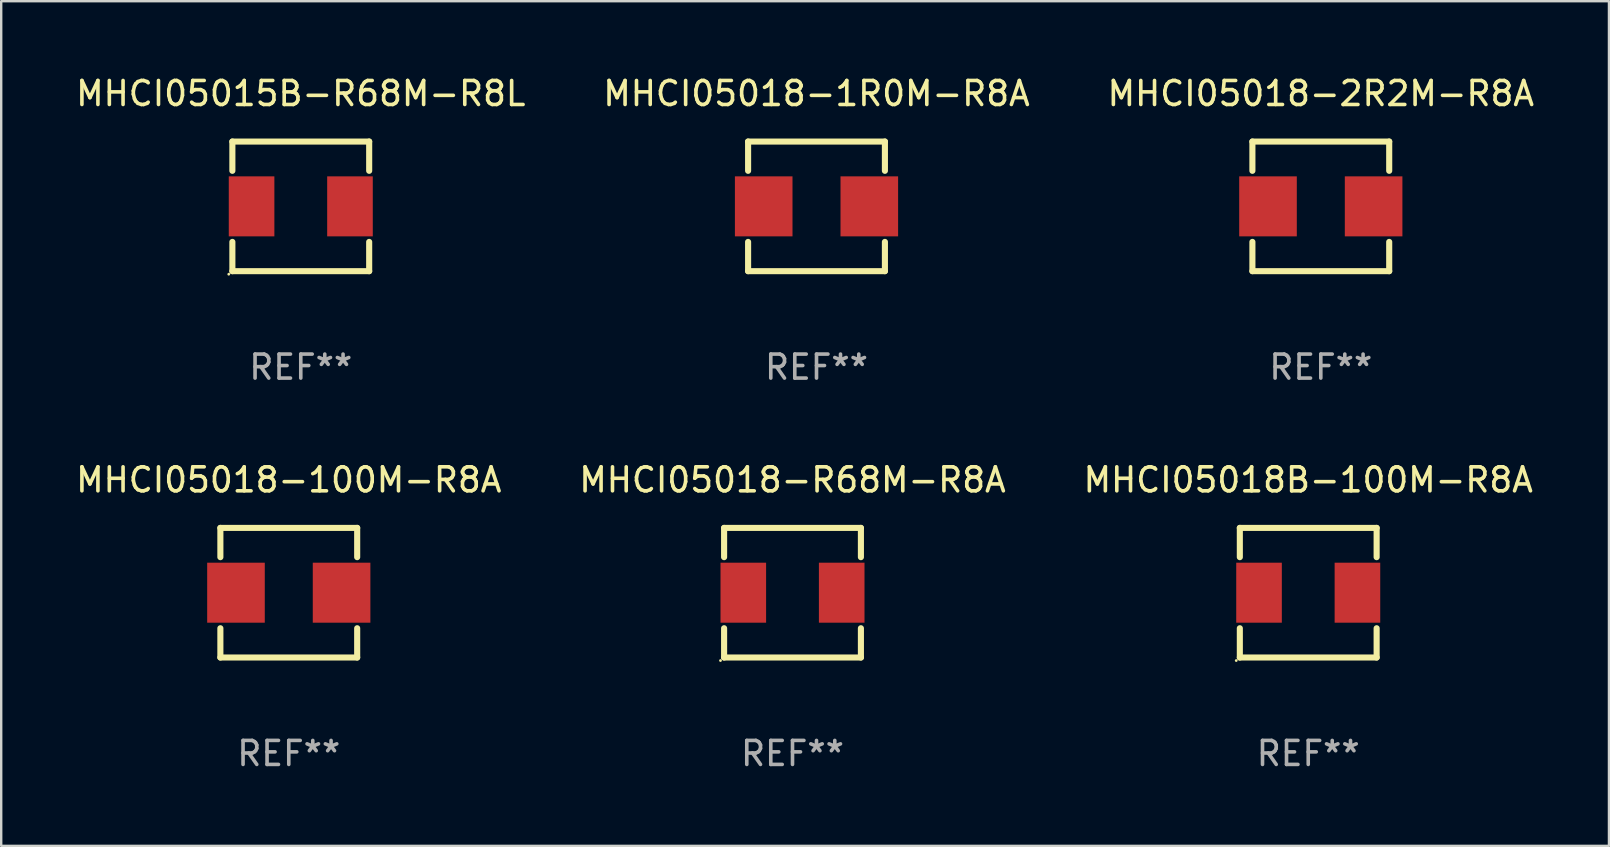
<source format=kicad_pcb>
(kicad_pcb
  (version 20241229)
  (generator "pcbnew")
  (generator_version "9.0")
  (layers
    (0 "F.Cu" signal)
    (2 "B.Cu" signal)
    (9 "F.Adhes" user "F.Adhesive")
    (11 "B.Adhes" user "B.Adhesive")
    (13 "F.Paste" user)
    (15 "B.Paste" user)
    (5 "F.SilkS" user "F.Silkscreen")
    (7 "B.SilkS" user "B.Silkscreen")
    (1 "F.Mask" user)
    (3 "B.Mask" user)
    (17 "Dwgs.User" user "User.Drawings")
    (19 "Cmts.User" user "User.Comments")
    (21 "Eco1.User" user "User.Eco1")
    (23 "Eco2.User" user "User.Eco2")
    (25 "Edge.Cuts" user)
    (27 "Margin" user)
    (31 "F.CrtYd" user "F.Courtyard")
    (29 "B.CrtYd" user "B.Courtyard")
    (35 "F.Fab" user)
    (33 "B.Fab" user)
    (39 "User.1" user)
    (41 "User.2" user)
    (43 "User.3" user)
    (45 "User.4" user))
  (footprint "MHCI05018B-100M-R8A"
    (layer "F.Cu")
    (at 51.458 21.645)
    (property "Reference" "MHCI05018B-100M-R8A" (at 0 -4.7 0) (layer "F.SilkS") (effects (font (size 1 1) (thickness 0.15))))
    (attr through_hole)
    (fp_line (start -2.85 -2.7) (end 2.85 -2.7) (stroke (width 0.254) (type solid)) (layer "F.SilkS"))
    (fp_line (start -2.85 -1.481) (end -2.85 -2.7) (stroke (width 0.254) (type solid)) (layer "F.SilkS"))
    (fp_line (start -2.85 2.7) (end -2.85 1.481) (stroke (width 0.254) (type solid)) (layer "F.SilkS"))
    (fp_line (start 2.85 -1.481) (end 2.85 -2.7) (stroke (width 0.254) (type solid)) (layer "F.SilkS"))
    (fp_line (start 2.85 2.7) (end -2.85 2.7) (stroke (width 0.254) (type solid)) (layer "F.SilkS"))
    (fp_line (start 2.85 2.7) (end 2.85 1.481) (stroke (width 0.254) (type solid)) (layer "F.SilkS"))
    (fp_circle (center -3 2.827) (end -2.97 2.827) (stroke (width 0.06) (type solid)) (fill no) (layer "F.SilkS"))
    (fp_text user "REF**" (at 0 6.7 0) (layer "F.Fab") (effects (font (size 1 1) (thickness 0.15))))
    (pad "1" smd rect (at -2.05 0 270) (size 2.5 1.9) (layers "F.Cu" "F.Mask" "F.Paste"))
    (pad "2" smd rect (at 2.05 0 270) (size 2.5 1.9) (layers "F.Cu" "F.Mask" "F.Paste")))
  (footprint "MHCI05018-1R0M-R8A"
    (layer "F.Cu")
    (at 30.97 5.548)
    (property "Reference" "MHCI05018-1R0M-R8A" (at 0 -4.7 0) (layer "F.SilkS") (effects (font (size 1 1) (thickness 0.15))))
    (attr through_hole)
    (fp_line (start -2.85 -2.7) (end 2.85 -2.7) (stroke (width 0.254) (type solid)) (layer "F.SilkS"))
    (fp_line (start -2.85 -1.481) (end -2.85 -2.7) (stroke (width 0.254) (type solid)) (layer "F.SilkS"))
    (fp_line (start -2.85 2.7) (end -2.85 1.481) (stroke (width 0.254) (type solid)) (layer "F.SilkS"))
    (fp_line (start 2.85 -1.481) (end 2.85 -2.7) (stroke (width 0.254) (type solid)) (layer "F.SilkS"))
    (fp_line (start 2.85 2.7) (end -2.85 2.7) (stroke (width 0.254) (type solid)) (layer "F.SilkS"))
    (fp_line (start 2.85 2.7) (end 2.85 1.481) (stroke (width 0.254) (type solid)) (layer "F.SilkS"))
    (fp_circle (center -2.85 2.7) (end -2.82 2.7) (stroke (width 0.06) (type solid)) (fill no) (layer "F.SilkS"))
    (fp_text user "REF**" (at 0 6.7 0) (layer "F.Fab") (effects (font (size 1 1) (thickness 0.15))))
    (pad "1" smd rect (at -2.2 0 270) (size 2.5 2.4) (layers "F.Cu" "F.Mask" "F.Paste"))
    (pad "2" smd rect (at 2.2 0 270) (size 2.5 2.4) (layers "F.Cu" "F.Mask" "F.Paste")))
  (footprint "MHCI05015B-R68M-R8L"
    (layer "F.Cu")
    (at 9.482 5.548)
    (property "Reference" "MHCI05015B-R68M-R8L" (at 0 -4.7 0) (layer "F.SilkS") (effects (font (size 1 1) (thickness 0.15))))
    (attr through_hole)
    (fp_line (start -2.85 -2.7) (end 2.85 -2.7) (stroke (width 0.254) (type solid)) (layer "F.SilkS"))
    (fp_line (start -2.85 -1.481) (end -2.85 -2.7) (stroke (width 0.254) (type solid)) (layer "F.SilkS"))
    (fp_line (start -2.85 2.7) (end -2.85 1.481) (stroke (width 0.254) (type solid)) (layer "F.SilkS"))
    (fp_line (start 2.85 -1.481) (end 2.85 -2.7) (stroke (width 0.254) (type solid)) (layer "F.SilkS"))
    (fp_line (start 2.85 2.7) (end -2.85 2.7) (stroke (width 0.254) (type solid)) (layer "F.SilkS"))
    (fp_line (start 2.85 2.7) (end 2.85 1.481) (stroke (width 0.254) (type solid)) (layer "F.SilkS"))
    (fp_circle (center -3 2.827) (end -2.97 2.827) (stroke (width 0.06) (type solid)) (fill no) (layer "F.SilkS"))
    (fp_text user "REF**" (at 0 6.7 0) (layer "F.Fab") (effects (font (size 1 1) (thickness 0.15))))
    (pad "1" smd rect (at -2.05 0 270) (size 2.5 1.9) (layers "F.Cu" "F.Mask" "F.Paste"))
    (pad "2" smd rect (at 2.05 0 270) (size 2.5 1.9) (layers "F.Cu" "F.Mask" "F.Paste")))
  (footprint "MHCI05018-100M-R8A"
    (layer "F.Cu")
    (at 8.982 21.645)
    (property "Reference" "MHCI05018-100M-R8A" (at 0 -4.7 0) (layer "F.SilkS") (effects (font (size 1 1) (thickness 0.15))))
    (attr through_hole)
    (fp_line (start -2.85 -2.7) (end 2.85 -2.7) (stroke (width 0.254) (type solid)) (layer "F.SilkS"))
    (fp_line (start -2.85 -1.481) (end -2.85 -2.7) (stroke (width 0.254) (type solid)) (layer "F.SilkS"))
    (fp_line (start -2.85 2.7) (end -2.85 1.481) (stroke (width 0.254) (type solid)) (layer "F.SilkS"))
    (fp_line (start 2.85 -1.481) (end 2.85 -2.7) (stroke (width 0.254) (type solid)) (layer "F.SilkS"))
    (fp_line (start 2.85 2.7) (end -2.85 2.7) (stroke (width 0.254) (type solid)) (layer "F.SilkS"))
    (fp_line (start 2.85 2.7) (end 2.85 1.481) (stroke (width 0.254) (type solid)) (layer "F.SilkS"))
    (fp_circle (center -2.85 2.7) (end -2.82 2.7) (stroke (width 0.06) (type solid)) (fill no) (layer "F.SilkS"))
    (fp_text user "REF**" (at 0 6.7 0) (layer "F.Fab") (effects (font (size 1 1) (thickness 0.15))))
    (pad "1" smd rect (at -2.2 0 270) (size 2.5 2.4) (layers "F.Cu" "F.Mask" "F.Paste"))
    (pad "2" smd rect (at 2.2 0 270) (size 2.5 2.4) (layers "F.Cu" "F.Mask" "F.Paste")))
  (footprint "MHCI05018-2R2M-R8A"
    (layer "F.Cu")
    (at 51.982 5.548)
    (property "Reference" "MHCI05018-2R2M-R8A" (at 0 -4.7 0) (layer "F.SilkS") (effects (font (size 1 1) (thickness 0.15))))
    (attr through_hole)
    (fp_line (start -2.85 -2.7) (end 2.85 -2.7) (stroke (width 0.254) (type solid)) (layer "F.SilkS"))
    (fp_line (start -2.85 -1.481) (end -2.85 -2.7) (stroke (width 0.254) (type solid)) (layer "F.SilkS"))
    (fp_line (start -2.85 2.7) (end -2.85 1.481) (stroke (width 0.254) (type solid)) (layer "F.SilkS"))
    (fp_line (start 2.85 -1.481) (end 2.85 -2.7) (stroke (width 0.254) (type solid)) (layer "F.SilkS"))
    (fp_line (start 2.85 2.7) (end -2.85 2.7) (stroke (width 0.254) (type solid)) (layer "F.SilkS"))
    (fp_line (start 2.85 2.7) (end 2.85 1.481) (stroke (width 0.254) (type solid)) (layer "F.SilkS"))
    (fp_circle (center -2.85 2.7) (end -2.82 2.7) (stroke (width 0.06) (type solid)) (fill no) (layer "F.SilkS"))
    (fp_text user "REF**" (at 0 6.7 0) (layer "F.Fab") (effects (font (size 1 1) (thickness 0.15))))
    (pad "1" smd rect (at -2.2 0 270) (size 2.5 2.4) (layers "F.Cu" "F.Mask" "F.Paste"))
    (pad "2" smd rect (at 2.2 0 270) (size 2.5 2.4) (layers "F.Cu" "F.Mask" "F.Paste")))
  (footprint "MHCI05018-R68M-R8A"
    (layer "F.Cu")
    (at 29.97 21.645)
    (property "Reference" "MHCI05018-R68M-R8A" (at 0 -4.7 0) (layer "F.SilkS") (effects (font (size 1 1) (thickness 0.15))))
    (attr through_hole)
    (fp_line (start -2.85 -2.7) (end 2.85 -2.7) (stroke (width 0.254) (type solid)) (layer "F.SilkS"))
    (fp_line (start -2.85 -1.481) (end -2.85 -2.7) (stroke (width 0.254) (type solid)) (layer "F.SilkS"))
    (fp_line (start -2.85 2.7) (end -2.85 1.481) (stroke (width 0.254) (type solid)) (layer "F.SilkS"))
    (fp_line (start 2.85 -1.481) (end 2.85 -2.7) (stroke (width 0.254) (type solid)) (layer "F.SilkS"))
    (fp_line (start 2.85 2.7) (end -2.85 2.7) (stroke (width 0.254) (type solid)) (layer "F.SilkS"))
    (fp_line (start 2.85 2.7) (end 2.85 1.481) (stroke (width 0.254) (type solid)) (layer "F.SilkS"))
    (fp_circle (center -3 2.827) (end -2.97 2.827) (stroke (width 0.06) (type solid)) (fill no) (layer "F.SilkS"))
    (fp_text user "REF**" (at 0 6.7 0) (layer "F.Fab") (effects (font (size 1 1) (thickness 0.15))))
    (pad "1" smd rect (at -2.05 0 270) (size 2.5 1.9) (layers "F.Cu" "F.Mask" "F.Paste"))
    (pad "2" smd rect (at 2.05 0 270) (size 2.5 1.9) (layers "F.Cu" "F.Mask" "F.Paste")))
  (gr_rect
    (start -3 -3)
    (end 63.988 32.193)
    (stroke (width 0.1) (type default))
    (fill no)
    (layer "Edge.Cuts")))
</source>
